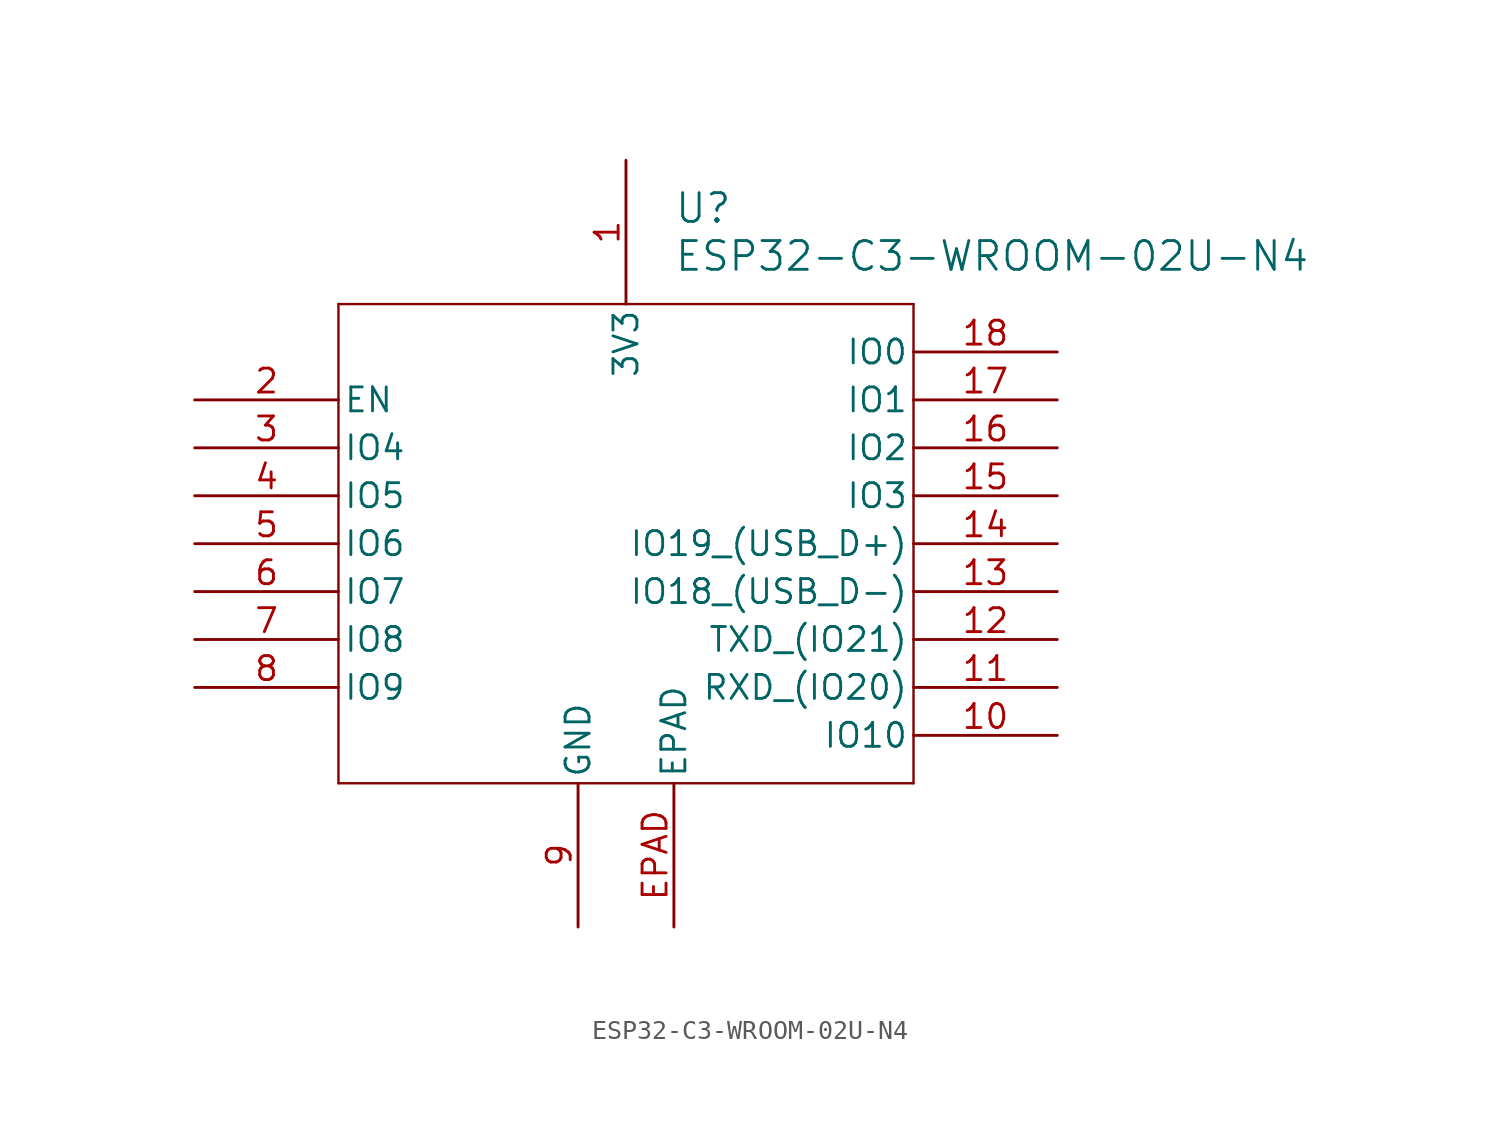
<source format=kicad_sym>
(kicad_symbol_lib
  (version 20231120)
  (generator "kicad_symbol_editor")
  (generator_version "8.0")
  (symbol "ESP32-C3-WROOM-02U-N4"
    (pin_names
      (offset 0.254))
    (property "Reference" "U"
      (at 2.54 5.08 0)
      (effects (font (size 1.524 1.524)) (justify left)))
    (property "Value" "ESP32-C3-WROOM-02U-N4"
      (at 2.54 2.54 0)
      (effects (font (size 1.524 1.524)) (justify left)))
    (symbol "ESP32-C3-WROOM-02U-N4_0_1"
      (polyline (pts (xy -15.24 -25.4) (xy 15.24 -25.4)) (stroke (width 0.127) (type default)) (fill (type none)))
      (polyline (pts (xy -15.24 0) (xy -15.24 -25.4)) (stroke (width 0.127) (type default)) (fill (type none)))
      (polyline (pts (xy 15.24 -25.4) (xy 15.24 0)) (stroke (width 0.127) (type default)) (fill (type none)))
      (polyline (pts (xy 15.24 0) (xy -15.24 0)) (stroke (width 0.127) (type default)) (fill (type none)))
      (pin power_in line (at 0 7.62 270) (length 7.62) (name "3V3" (effects (font (size 1.27 1.27)))) (number "1" (effects (font (size 1.27 1.27)))))
      (pin bidirectional line (at 22.86 -22.86 180) (length 7.62) (name "IO10" (effects (font (size 1.27 1.27)))) (number "10" (effects (font (size 1.27 1.27)))))
      (pin bidirectional line (at 22.86 -10.16 180) (length 7.62) (name "IO3" (effects (font (size 1.27 1.27)))) (number "15" (effects (font (size 1.27 1.27)))))
      (pin bidirectional line (at 22.86 -7.62 180) (length 7.62) (name "IO2" (effects (font (size 1.27 1.27)))) (number "16" (effects (font (size 1.27 1.27)))))
      (pin bidirectional line (at 22.86 -5.08 180) (length 7.62) (name "IO1" (effects (font (size 1.27 1.27)))) (number "17" (effects (font (size 1.27 1.27)))))
      (pin bidirectional line (at 22.86 -2.54 180) (length 7.62) (name "IO0" (effects (font (size 1.27 1.27)))) (number "18" (effects (font (size 1.27 1.27)))))
      (pin input line (at -22.86 -5.08 0) (length 7.62) (name "EN" (effects (font (size 1.27 1.27)))) (number "2" (effects (font (size 1.27 1.27)))))
      (pin bidirectional line (at -22.86 -7.62 0) (length 7.62) (name "IO4" (effects (font (size 1.27 1.27)))) (number "3" (effects (font (size 1.27 1.27)))))
      (pin bidirectional line (at -22.86 -10.16 0) (length 7.62) (name "IO5" (effects (font (size 1.27 1.27)))) (number "4" (effects (font (size 1.27 1.27)))))
      (pin bidirectional line (at -22.86 -12.7 0) (length 7.62) (name "IO6" (effects (font (size 1.27 1.27)))) (number "5" (effects (font (size 1.27 1.27)))))
      (pin bidirectional line (at -22.86 -15.24 0) (length 7.62) (name "IO7" (effects (font (size 1.27 1.27)))) (number "6" (effects (font (size 1.27 1.27)))))
      (pin bidirectional line (at -22.86 -17.78 0) (length 7.62) (name "IO8" (effects (font (size 1.27 1.27)))) (number "7" (effects (font (size 1.27 1.27)))))
      (pin bidirectional line (at -22.86 -20.32 0) (length 7.62) (name "IO9" (effects (font (size 1.27 1.27)))) (number "8" (effects (font (size 1.27 1.27)))))
      (pin power_out line (at -2.54 -33.02 90) (length 7.62) (name "GND" (effects (font (size 1.27 1.27)))) (number "9" (effects (font (size 1.27 1.27))))))
    (symbol "ESP32-C3-WROOM-02U-N4_1_1"
      (pin bidirectional line (at 22.86 -20.32 180) (length 7.62) (name "RXD_(IO20)" (effects (font (size 1.27 1.27)))) (number "11" (effects (font (size 1.27 1.27)))))
      (pin bidirectional line (at 22.86 -17.78 180) (length 7.62) (name "TXD_(IO21)" (effects (font (size 1.27 1.27)))) (number "12" (effects (font (size 1.27 1.27)))))
      (pin bidirectional line (at 22.86 -15.24 180) (length 7.62) (name "IO18_(USB_D-)" (effects (font (size 1.27 1.27)))) (number "13" (effects (font (size 1.27 1.27)))))
      (pin bidirectional line (at 22.86 -12.7 180) (length 7.62) (name "IO19_(USB_D+)" (effects (font (size 1.27 1.27)))) (number "14" (effects (font (size 1.27 1.27)))))
      (pin power_out line (at 2.54 -33.02 90) (length 7.62) (name "EPAD" (effects (font (size 1.27 1.27)))) (number "EPAD" (effects (font (size 1.27 1.27))))))))
</source>
